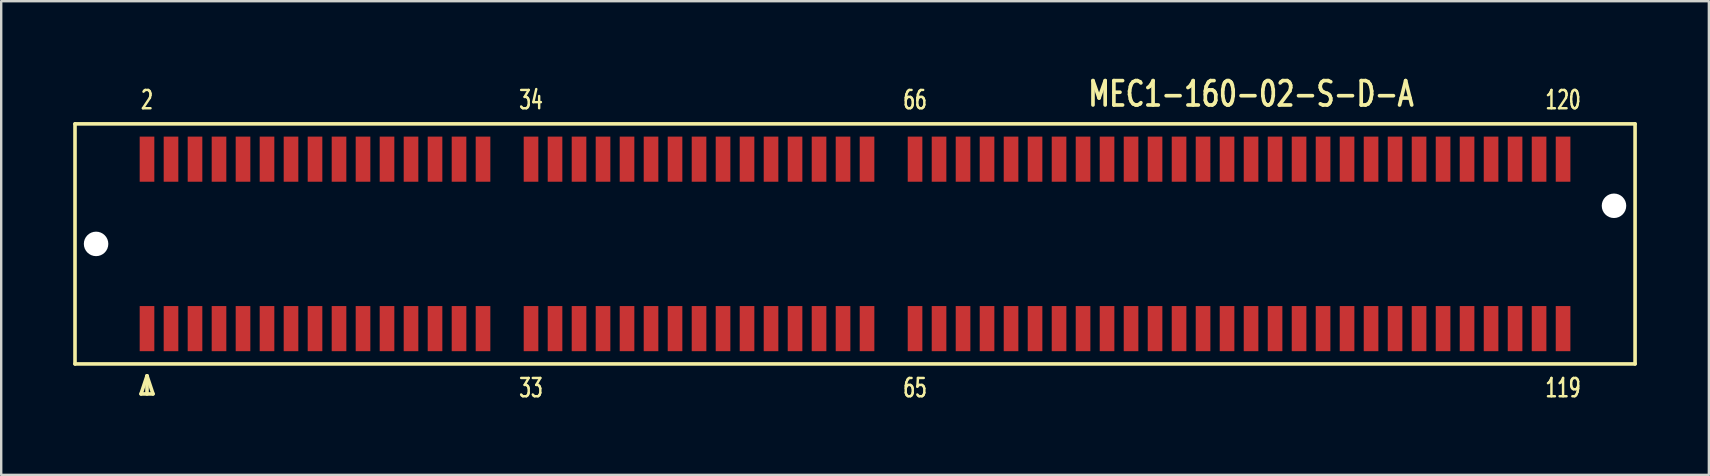
<source format=kicad_pcb>
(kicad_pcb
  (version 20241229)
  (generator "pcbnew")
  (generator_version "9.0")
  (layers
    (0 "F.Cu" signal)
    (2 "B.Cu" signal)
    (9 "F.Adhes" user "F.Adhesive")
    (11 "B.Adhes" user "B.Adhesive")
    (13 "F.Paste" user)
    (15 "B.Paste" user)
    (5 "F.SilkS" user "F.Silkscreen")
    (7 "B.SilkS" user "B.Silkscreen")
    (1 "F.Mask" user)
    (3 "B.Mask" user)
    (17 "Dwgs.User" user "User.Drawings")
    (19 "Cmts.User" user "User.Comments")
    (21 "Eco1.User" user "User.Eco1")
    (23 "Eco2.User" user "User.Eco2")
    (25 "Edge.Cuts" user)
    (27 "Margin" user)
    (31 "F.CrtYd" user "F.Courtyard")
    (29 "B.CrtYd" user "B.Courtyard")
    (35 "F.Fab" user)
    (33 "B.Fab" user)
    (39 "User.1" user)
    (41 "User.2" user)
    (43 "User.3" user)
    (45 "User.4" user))
  (footprint "MEC1-160-02-S-D-A"
    (layer "F.Cu")
    (at 32.575 7.112)
    (property "Reference" "MEC1-160-02-S-D-A" (at 16.5 -6.25 0) (layer "F.SilkS") (effects (font (size 1.016 0.762) (thickness 0.152))))
    (attr through_hole)
    (fp_line (start -32.5 -5) (end 32.5 -5) (stroke (width 0.15) (type solid)) (layer "F.SilkS"))
    (fp_line (start -32.5 5) (end -32.5 -5) (stroke (width 0.15) (type solid)) (layer "F.SilkS"))
    (fp_line (start -29.75 6.25) (end -29.25 6.25) (stroke (width 0.15) (type solid)) (layer "F.SilkS"))
    (fp_line (start -29.5 5.5) (end -29.75 6.25) (stroke (width 0.15) (type solid)) (layer "F.SilkS"))
    (fp_line (start -29.5 5.5) (end -29.5 6.25) (stroke (width 0.15) (type solid)) (layer "F.SilkS"))
    (fp_line (start -29.25 6.25) (end -29.5 5.5) (stroke (width 0.15) (type solid)) (layer "F.SilkS"))
    (fp_line (start 32.5 -5) (end 32.5 5) (stroke (width 0.15) (type solid)) (layer "F.SilkS"))
    (fp_line (start 32.5 5) (end -32.5 5) (stroke (width 0.15) (type solid)) (layer "F.SilkS"))
    (fp_text user "120" (at 29.5 -6 0) (layer "F.SilkS") (effects (font (size 0.762 0.508) (thickness 0.102))))
    (fp_text user "34" (at -13.5 -6 0) (layer "F.SilkS") (effects (font (size 0.762 0.508) (thickness 0.102))))
    (fp_text user "66" (at 2.5 -6 0) (layer "F.SilkS") (effects (font (size 0.762 0.508) (thickness 0.102))))
    (fp_text user "65" (at 2.5 6 0) (layer "F.SilkS") (effects (font (size 0.762 0.508) (thickness 0.102))))
    (fp_text user "119" (at 29.5 6 0) (layer "F.SilkS") (effects (font (size 0.762 0.508) (thickness 0.102))))
    (fp_text user "33" (at -13.5 6 0) (layer "F.SilkS") (effects (font (size 0.762 0.508) (thickness 0.102))))
    (fp_text user "2" (at -29.5 -6 0) (layer "F.SilkS") (effects (font (size 0.762 0.508) (thickness 0.102))))
    (pad "" np_thru_hole circle (at -31.622 0) (size 1.02 1.02) (drill 1.02) (layers "*.Cu" "*.Mask"))
    (pad "" np_thru_hole circle (at 31.622 -1.588) (size 1.02 1.02) (drill 1.02) (layers "*.Cu" "*.Mask"))
    (pad "1" smd trapezoid (at -29.5 3.53) (size 0.61 1.88) (layers "F.Cu" "F.Mask" "F.Paste"))
    (pad "2" smd trapezoid (at -29.5 -3.53) (size 0.61 1.88) (layers "F.Cu" "F.Mask" "F.Paste"))
    (pad "3" smd trapezoid (at -28.5 3.53) (size 0.61 1.88) (layers "F.Cu" "F.Mask" "F.Paste"))
    (pad "4" smd trapezoid (at -28.5 -3.53) (size 0.61 1.88) (layers "F.Cu" "F.Mask" "F.Paste"))
    (pad "5" smd trapezoid (at -27.5 3.53) (size 0.61 1.88) (layers "F.Cu" "F.Mask" "F.Paste"))
    (pad "6" smd trapezoid (at -27.5 -3.53) (size 0.61 1.88) (layers "F.Cu" "F.Mask" "F.Paste"))
    (pad "7" smd trapezoid (at -26.5 3.53) (size 0.61 1.88) (layers "F.Cu" "F.Mask" "F.Paste"))
    (pad "8" smd trapezoid (at -26.5 -3.53) (size 0.61 1.88) (layers "F.Cu" "F.Mask" "F.Paste"))
    (pad "9" smd trapezoid (at -25.5 3.53) (size 0.61 1.88) (layers "F.Cu" "F.Mask" "F.Paste"))
    (pad "10" smd trapezoid (at -25.5 -3.53) (size 0.61 1.88) (layers "F.Cu" "F.Mask" "F.Paste"))
    (pad "11" smd trapezoid (at -24.5 3.53) (size 0.61 1.88) (layers "F.Cu" "F.Mask" "F.Paste"))
    (pad "12" smd trapezoid (at -24.5 -3.53) (size 0.61 1.88) (layers "F.Cu" "F.Mask" "F.Paste"))
    (pad "13" smd trapezoid (at -23.5 3.53) (size 0.61 1.88) (layers "F.Cu" "F.Mask" "F.Paste"))
    (pad "14" smd trapezoid (at -23.5 -3.53) (size 0.61 1.88) (layers "F.Cu" "F.Mask" "F.Paste"))
    (pad "15" smd trapezoid (at -22.5 3.53) (size 0.61 1.88) (layers "F.Cu" "F.Mask" "F.Paste"))
    (pad "16" smd trapezoid (at -22.5 -3.53) (size 0.61 1.88) (layers "F.Cu" "F.Mask" "F.Paste"))
    (pad "17" smd trapezoid (at -21.5 3.53) (size 0.61 1.88) (layers "F.Cu" "F.Mask" "F.Paste"))
    (pad "18" smd trapezoid (at -21.5 -3.53) (size 0.61 1.88) (layers "F.Cu" "F.Mask" "F.Paste"))
    (pad "19" smd trapezoid (at -20.5 3.53) (size 0.61 1.88) (layers "F.Cu" "F.Mask" "F.Paste"))
    (pad "20" smd trapezoid (at -20.5 -3.53) (size 0.61 1.88) (layers "F.Cu" "F.Mask" "F.Paste"))
    (pad "21" smd trapezoid (at -19.5 3.53) (size 0.61 1.88) (layers "F.Cu" "F.Mask" "F.Paste"))
    (pad "22" smd trapezoid (at -19.5 -3.53) (size 0.61 1.88) (layers "F.Cu" "F.Mask" "F.Paste"))
    (pad "23" smd trapezoid (at -18.5 3.53) (size 0.61 1.88) (layers "F.Cu" "F.Mask" "F.Paste"))
    (pad "24" smd trapezoid (at -18.5 -3.53) (size 0.61 1.88) (layers "F.Cu" "F.Mask" "F.Paste"))
    (pad "25" smd trapezoid (at -17.5 3.53) (size 0.61 1.88) (layers "F.Cu" "F.Mask" "F.Paste"))
    (pad "26" smd trapezoid (at -17.5 -3.53) (size 0.61 1.88) (layers "F.Cu" "F.Mask" "F.Paste"))
    (pad "27" smd trapezoid (at -16.5 3.53) (size 0.61 1.88) (layers "F.Cu" "F.Mask" "F.Paste"))
    (pad "28" smd trapezoid (at -16.5 -3.53) (size 0.61 1.88) (layers "F.Cu" "F.Mask" "F.Paste"))
    (pad "29" smd trapezoid (at -15.5 3.53) (size 0.61 1.88) (layers "F.Cu" "F.Mask" "F.Paste"))
    (pad "30" smd trapezoid (at -15.5 -3.53) (size 0.61 1.88) (layers "F.Cu" "F.Mask" "F.Paste"))
    (pad "33" smd trapezoid (at -13.5 3.53) (size 0.61 1.88) (layers "F.Cu" "F.Mask" "F.Paste"))
    (pad "34" smd rect (at -13.5 -3.53) (size 0.61 1.88) (layers "F.Cu" "F.Mask" "F.Paste"))
    (pad "35" smd trapezoid (at -12.5 3.53) (size 0.61 1.88) (layers "F.Cu" "F.Mask" "F.Paste"))
    (pad "36" smd rect (at -12.5 -3.53) (size 0.61 1.88) (layers "F.Cu" "F.Mask" "F.Paste"))
    (pad "37" smd trapezoid (at -11.5 3.53) (size 0.61 1.88) (layers "F.Cu" "F.Mask" "F.Paste"))
    (pad "38" smd rect (at -11.5 -3.53) (size 0.61 1.88) (layers "F.Cu" "F.Mask" "F.Paste"))
    (pad "39" smd trapezoid (at -10.5 3.53) (size 0.61 1.88) (layers "F.Cu" "F.Mask" "F.Paste"))
    (pad "40" smd rect (at -10.5 -3.53) (size 0.61 1.88) (layers "F.Cu" "F.Mask" "F.Paste"))
    (pad "41" smd trapezoid (at -9.5 3.53) (size 0.61 1.88) (layers "F.Cu" "F.Mask" "F.Paste"))
    (pad "42" smd rect (at -9.5 -3.53) (size 0.61 1.88) (layers "F.Cu" "F.Mask" "F.Paste"))
    (pad "43" smd rect (at -8.5 3.53) (size 0.61 1.88) (layers "F.Cu" "F.Mask" "F.Paste"))
    (pad "44" smd rect (at -8.5 -3.53) (size 0.61 1.88) (layers "F.Cu" "F.Mask" "F.Paste"))
    (pad "45" smd rect (at -7.5 3.53) (size 0.61 1.88) (layers "F.Cu" "F.Mask" "F.Paste"))
    (pad "46" smd rect (at -7.5 -3.53) (size 0.61 1.88) (layers "F.Cu" "F.Mask" "F.Paste"))
    (pad "47" smd rect (at -6.5 3.53) (size 0.61 1.88) (layers "F.Cu" "F.Mask" "F.Paste"))
    (pad "48" smd rect (at -6.5 -3.53) (size 0.61 1.88) (layers "F.Cu" "F.Mask" "F.Paste"))
    (pad "49" smd rect (at -5.5 3.53) (size 0.61 1.88) (layers "F.Cu" "F.Mask" "F.Paste"))
    (pad "50" smd rect (at -5.5 -3.53) (size 0.61 1.88) (layers "F.Cu" "F.Mask" "F.Paste"))
    (pad "51" smd rect (at -4.5 3.53) (size 0.61 1.88) (layers "F.Cu" "F.Mask" "F.Paste"))
    (pad "52" smd rect (at -4.5 -3.53) (size 0.61 1.88) (layers "F.Cu" "F.Mask" "F.Paste"))
    (pad "53" smd rect (at -3.5 3.53) (size 0.61 1.88) (layers "F.Cu" "F.Mask" "F.Paste"))
    (pad "54" smd rect (at -3.5 -3.53) (size 0.61 1.88) (layers "F.Cu" "F.Mask" "F.Paste"))
    (pad "55" smd rect (at -2.5 3.53) (size 0.61 1.88) (layers "F.Cu" "F.Mask" "F.Paste"))
    (pad "56" smd rect (at -2.5 -3.53) (size 0.61 1.88) (layers "F.Cu" "F.Mask" "F.Paste"))
    (pad "57" smd rect (at -1.5 3.53) (size 0.61 1.88) (layers "F.Cu" "F.Mask" "F.Paste"))
    (pad "58" smd rect (at -1.5 -3.53) (size 0.61 1.88) (layers "F.Cu" "F.Mask" "F.Paste"))
    (pad "59" smd rect (at -0.5 3.53) (size 0.61 1.88) (layers "F.Cu" "F.Mask" "F.Paste"))
    (pad "60" smd rect (at -0.5 -3.53) (size 0.61 1.88) (layers "F.Cu" "F.Mask" "F.Paste"))
    (pad "61" smd rect (at 0.5 3.53) (size 0.61 1.88) (layers "F.Cu" "F.Mask" "F.Paste"))
    (pad "62" smd rect (at 0.5 -3.53) (size 0.61 1.88) (layers "F.Cu" "F.Mask" "F.Paste"))
    (pad "65" smd rect (at 2.5 3.53) (size 0.61 1.88) (layers "F.Cu" "F.Mask" "F.Paste"))
    (pad "66" smd rect (at 2.5 -3.53) (size 0.61 1.88) (layers "F.Cu" "F.Mask" "F.Paste"))
    (pad "67" smd rect (at 3.5 3.53) (size 0.61 1.88) (layers "F.Cu" "F.Mask" "F.Paste"))
    (pad "68" smd rect (at 3.5 -3.53) (size 0.61 1.88) (layers "F.Cu" "F.Mask" "F.Paste"))
    (pad "69" smd rect (at 4.5 3.53) (size 0.61 1.88) (layers "F.Cu" "F.Mask" "F.Paste"))
    (pad "70" smd rect (at 4.5 -3.53) (size 0.61 1.88) (layers "F.Cu" "F.Mask" "F.Paste"))
    (pad "71" smd rect (at 5.5 3.53) (size 0.61 1.88) (layers "F.Cu" "F.Mask" "F.Paste"))
    (pad "72" smd rect (at 5.5 -3.53) (size 0.61 1.88) (layers "F.Cu" "F.Mask" "F.Paste"))
    (pad "73" smd rect (at 6.5 3.53) (size 0.61 1.88) (layers "F.Cu" "F.Mask" "F.Paste"))
    (pad "74" smd rect (at 6.5 -3.53) (size 0.61 1.88) (layers "F.Cu" "F.Mask" "F.Paste"))
    (pad "75" smd rect (at 7.5 3.53) (size 0.61 1.88) (layers "F.Cu" "F.Mask" "F.Paste"))
    (pad "76" smd rect (at 7.5 -3.53) (size 0.61 1.88) (layers "F.Cu" "F.Mask" "F.Paste"))
    (pad "77" smd rect (at 8.5 3.53) (size 0.61 1.88) (layers "F.Cu" "F.Mask" "F.Paste"))
    (pad "78" smd rect (at 8.5 -3.53) (size 0.61 1.88) (layers "F.Cu" "F.Mask" "F.Paste"))
    (pad "79" smd rect (at 9.5 3.53) (size 0.61 1.88) (layers "F.Cu" "F.Mask" "F.Paste"))
    (pad "80" smd rect (at 9.5 -3.53) (size 0.61 1.88) (layers "F.Cu" "F.Mask" "F.Paste"))
    (pad "81" smd rect (at 10.5 3.53) (size 0.61 1.88) (layers "F.Cu" "F.Mask" "F.Paste"))
    (pad "82" smd rect (at 10.5 -3.53) (size 0.61 1.88) (layers "F.Cu" "F.Mask" "F.Paste"))
    (pad "83" smd rect (at 11.5 3.53) (size 0.61 1.88) (layers "F.Cu" "F.Mask" "F.Paste"))
    (pad "84" smd rect (at 11.5 -3.53) (size 0.61 1.88) (layers "F.Cu" "F.Mask" "F.Paste"))
    (pad "85" smd rect (at 12.5 3.53) (size 0.61 1.88) (layers "F.Cu" "F.Mask" "F.Paste"))
    (pad "86" smd rect (at 12.5 -3.53) (size 0.61 1.88) (layers "F.Cu" "F.Mask" "F.Paste"))
    (pad "87" smd rect (at 13.5 3.53) (size 0.61 1.88) (layers "F.Cu" "F.Mask" "F.Paste"))
    (pad "88" smd rect (at 13.5 -3.53) (size 0.61 1.88) (layers "F.Cu" "F.Mask" "F.Paste"))
    (pad "89" smd rect (at 14.5 3.53) (size 0.61 1.88) (layers "F.Cu" "F.Mask" "F.Paste"))
    (pad "90" smd rect (at 14.5 -3.53) (size 0.61 1.88) (layers "F.Cu" "F.Mask" "F.Paste"))
    (pad "91" smd rect (at 15.5 3.53) (size 0.61 1.88) (layers "F.Cu" "F.Mask" "F.Paste"))
    (pad "92" smd rect (at 15.5 -3.53) (size 0.61 1.88) (layers "F.Cu" "F.Mask" "F.Paste"))
    (pad "93" smd rect (at 16.5 3.53) (size 0.61 1.88) (layers "F.Cu" "F.Mask" "F.Paste"))
    (pad "94" smd rect (at 16.5 -3.53) (size 0.61 1.88) (layers "F.Cu" "F.Mask" "F.Paste"))
    (pad "95" smd rect (at 17.5 3.53) (size 0.61 1.88) (layers "F.Cu" "F.Mask" "F.Paste"))
    (pad "96" smd rect (at 17.5 -3.53) (size 0.61 1.88) (layers "F.Cu" "F.Mask" "F.Paste"))
    (pad "97" smd rect (at 18.5 3.53) (size 0.61 1.88) (layers "F.Cu" "F.Mask" "F.Paste"))
    (pad "98" smd rect (at 18.5 -3.53) (size 0.61 1.88) (layers "F.Cu" "F.Mask" "F.Paste"))
    (pad "99" smd rect (at 19.5 3.53) (size 0.61 1.88) (layers "F.Cu" "F.Mask" "F.Paste"))
    (pad "100" smd rect (at 19.5 -3.53) (size 0.61 1.88) (layers "F.Cu" "F.Mask" "F.Paste"))
    (pad "101" smd rect (at 20.5 3.53) (size 0.61 1.88) (layers "F.Cu" "F.Mask" "F.Paste"))
    (pad "102" smd rect (at 20.5 -3.53) (size 0.61 1.88) (layers "F.Cu" "F.Mask" "F.Paste"))
    (pad "103" smd rect (at 21.5 3.53) (size 0.61 1.88) (layers "F.Cu" "F.Mask" "F.Paste"))
    (pad "104" smd rect (at 21.5 -3.53) (size 0.61 1.88) (layers "F.Cu" "F.Mask" "F.Paste"))
    (pad "105" smd rect (at 22.5 3.53) (size 0.61 1.88) (layers "F.Cu" "F.Mask" "F.Paste"))
    (pad "106" smd rect (at 22.5 -3.53) (size 0.61 1.88) (layers "F.Cu" "F.Mask" "F.Paste"))
    (pad "107" smd rect (at 23.5 3.53) (size 0.61 1.88) (layers "F.Cu" "F.Mask" "F.Paste"))
    (pad "108" smd rect (at 23.5 -3.53) (size 0.61 1.88) (layers "F.Cu" "F.Mask" "F.Paste"))
    (pad "109" smd rect (at 24.5 3.53) (size 0.61 1.88) (layers "F.Cu" "F.Mask" "F.Paste"))
    (pad "110" smd rect (at 24.5 -3.53) (size 0.61 1.88) (layers "F.Cu" "F.Mask" "F.Paste"))
    (pad "111" smd rect (at 25.5 3.53) (size 0.61 1.88) (layers "F.Cu" "F.Mask" "F.Paste"))
    (pad "112" smd rect (at 25.5 -3.53) (size 0.61 1.88) (layers "F.Cu" "F.Mask" "F.Paste"))
    (pad "113" smd rect (at 26.5 3.53) (size 0.61 1.88) (layers "F.Cu" "F.Mask" "F.Paste"))
    (pad "114" smd rect (at 26.5 -3.53) (size 0.61 1.88) (layers "F.Cu" "F.Mask" "F.Paste"))
    (pad "115" smd rect (at 27.5 3.53) (size 0.61 1.88) (layers "F.Cu" "F.Mask" "F.Paste"))
    (pad "116" smd rect (at 27.5 -3.53) (size 0.61 1.88) (layers "F.Cu" "F.Mask" "F.Paste"))
    (pad "117" smd rect (at 28.5 3.53) (size 0.61 1.88) (layers "F.Cu" "F.Mask" "F.Paste"))
    (pad "118" smd rect (at 28.5 -3.53) (size 0.61 1.88) (layers "F.Cu" "F.Mask" "F.Paste"))
    (pad "119" smd rect (at 29.5 3.53) (size 0.61 1.88) (layers "F.Cu" "F.Mask" "F.Paste"))
    (pad "120" smd rect (at 29.5 -3.53) (size 0.61 1.88) (layers "F.Cu" "F.Mask" "F.Paste")))
  (gr_rect
    (start -3 -3)
    (end 68.15 16.736)
    (stroke (width 0.1) (type default))
    (fill no)
    (layer "Edge.Cuts")))
</source>
